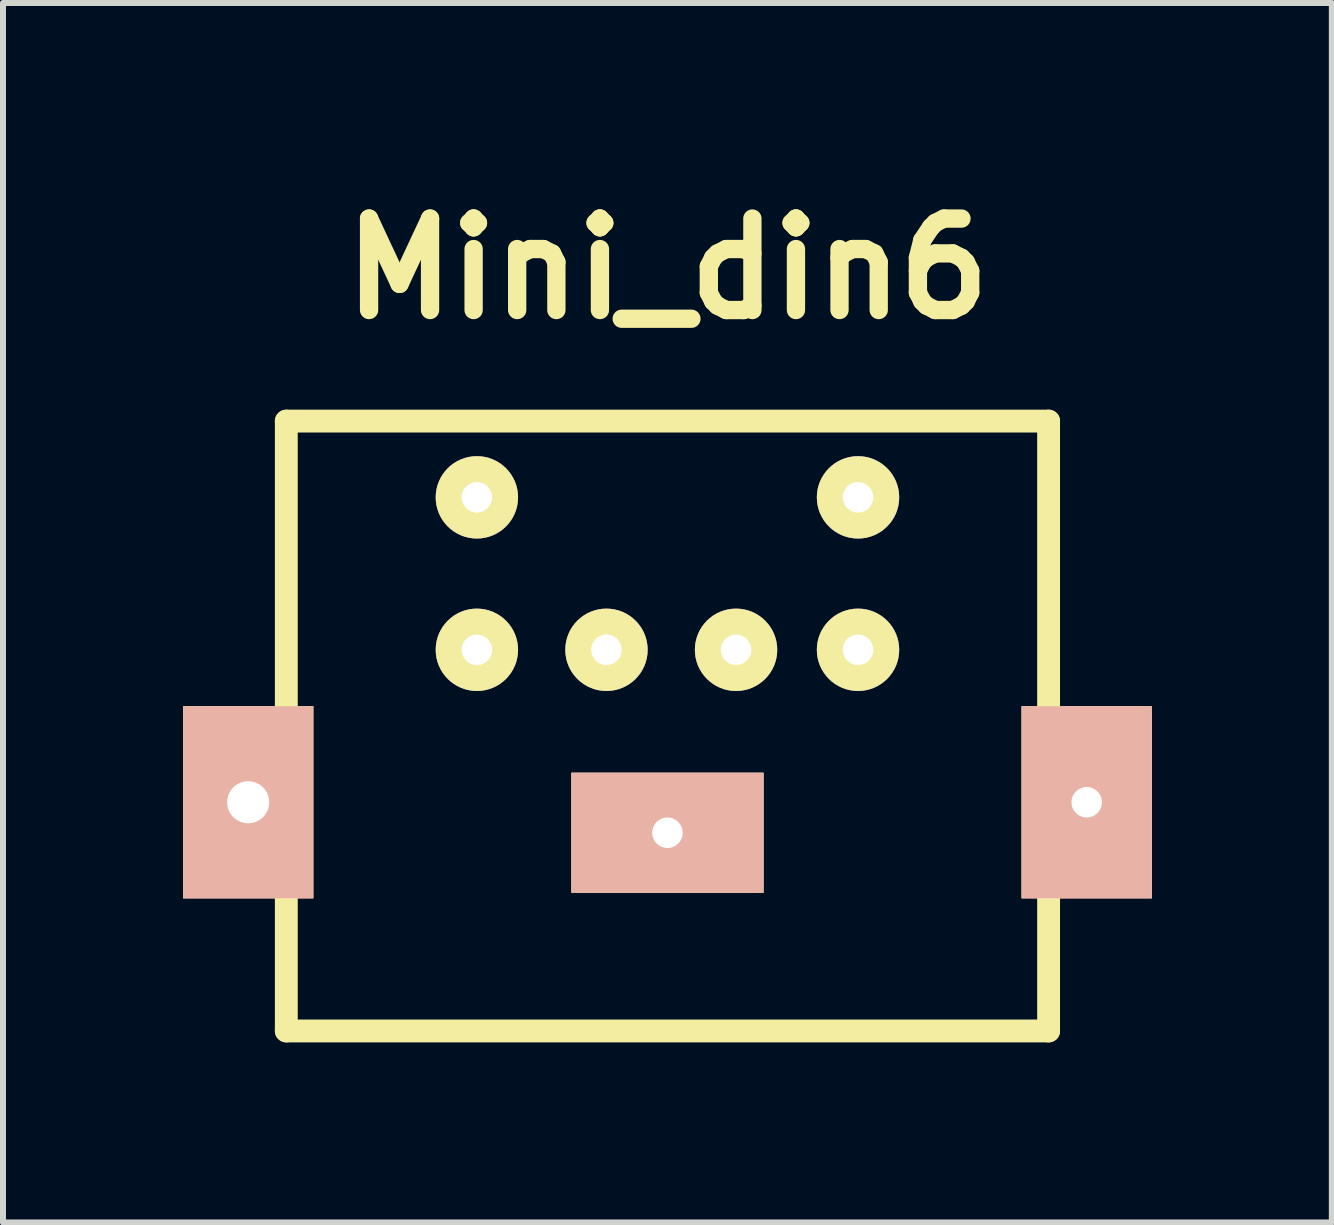
<source format=kicad_pcb>
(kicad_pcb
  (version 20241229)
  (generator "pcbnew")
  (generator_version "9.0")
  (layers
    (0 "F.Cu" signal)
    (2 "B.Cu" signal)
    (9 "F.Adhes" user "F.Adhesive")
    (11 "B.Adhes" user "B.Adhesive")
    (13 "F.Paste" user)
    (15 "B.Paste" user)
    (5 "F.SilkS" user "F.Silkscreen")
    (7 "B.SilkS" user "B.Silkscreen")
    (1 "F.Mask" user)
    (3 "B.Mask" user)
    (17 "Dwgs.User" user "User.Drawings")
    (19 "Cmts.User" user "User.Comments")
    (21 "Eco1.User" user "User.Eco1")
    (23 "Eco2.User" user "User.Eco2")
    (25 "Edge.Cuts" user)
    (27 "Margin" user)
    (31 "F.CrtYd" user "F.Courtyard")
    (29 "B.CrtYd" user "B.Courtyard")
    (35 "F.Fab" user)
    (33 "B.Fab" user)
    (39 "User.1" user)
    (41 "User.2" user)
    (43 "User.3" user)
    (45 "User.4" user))
  (footprint "Mini_din6"
    (layer "F.Cu")
    (at 8.07 9.046)
    (property "Reference" "Mini_din6" (at 0 -7.62 0) (layer "F.SilkS") (effects (font (size 1.524 1.524) (thickness 0.305))))
    (attr through_hole)
    (fp_line (start -6.35 -5.08) (end 6.35 -5.08) (stroke (width 0.381) (type solid)) (layer "F.SilkS"))
    (fp_line (start -6.35 1.27) (end -6.35 -5.08) (stroke (width 0.381) (type solid)) (layer "F.SilkS"))
    (fp_line (start -6.35 5.08) (end -6.35 1.27) (stroke (width 0.381) (type solid)) (layer "F.SilkS"))
    (fp_line (start 6.35 -5.08) (end 6.35 5.08) (stroke (width 0.381) (type solid)) (layer "F.SilkS"))
    (fp_line (start 6.35 5.08) (end -6.35 5.08) (stroke (width 0.381) (type solid)) (layer "F.SilkS"))
    (pad "1" thru_hole circle (at 3.175 -3.81) (size 1.372 1.372) (drill 0.508) (layers "*.Cu" "*.Mask" "F.SilkS"))
    (pad "2" thru_hole circle (at 3.175 -1.27) (size 1.372 1.372) (drill 0.508) (layers "*.Cu" "*.Mask" "F.SilkS"))
    (pad "3" thru_hole circle (at 1.143 -1.27) (size 1.372 1.372) (drill 0.508) (layers "*.Cu" "*.Mask" "F.SilkS"))
    (pad "4" thru_hole circle (at -1.016 -1.27) (size 1.372 1.372) (drill 0.508) (layers "*.Cu" "*.Mask" "F.SilkS"))
    (pad "5" thru_hole circle (at -3.175 -1.27) (size 1.372 1.372) (drill 0.508) (layers "*.Cu" "*.Mask" "F.SilkS"))
    (pad "6" thru_hole circle (at -3.175 -3.81) (size 1.372 1.372) (drill 0.508) (layers "*.Cu" "*.Mask" "F.SilkS"))
    (pad "GND" thru_hole rect (at -6.985 1.27) (size 2.169 3.2) (drill 0.701) (layers "*.Cu" "*.SilkS" "*.Mask"))
    (pad "GND" thru_hole rect (at 0 1.778) (size 3.2 1.999) (drill 0.508) (layers "*.Cu" "*.SilkS" "*.Mask"))
    (pad "GND" thru_hole rect (at 6.985 1.27) (size 2.169 3.2) (drill 0.508) (layers "*.Cu" "*.SilkS" "*.Mask")))
  (gr_rect
    (start -3 -3)
    (end 19.139 17.317)
    (stroke (width 0.1) (type default))
    (fill no)
    (layer "Edge.Cuts")))
</source>
